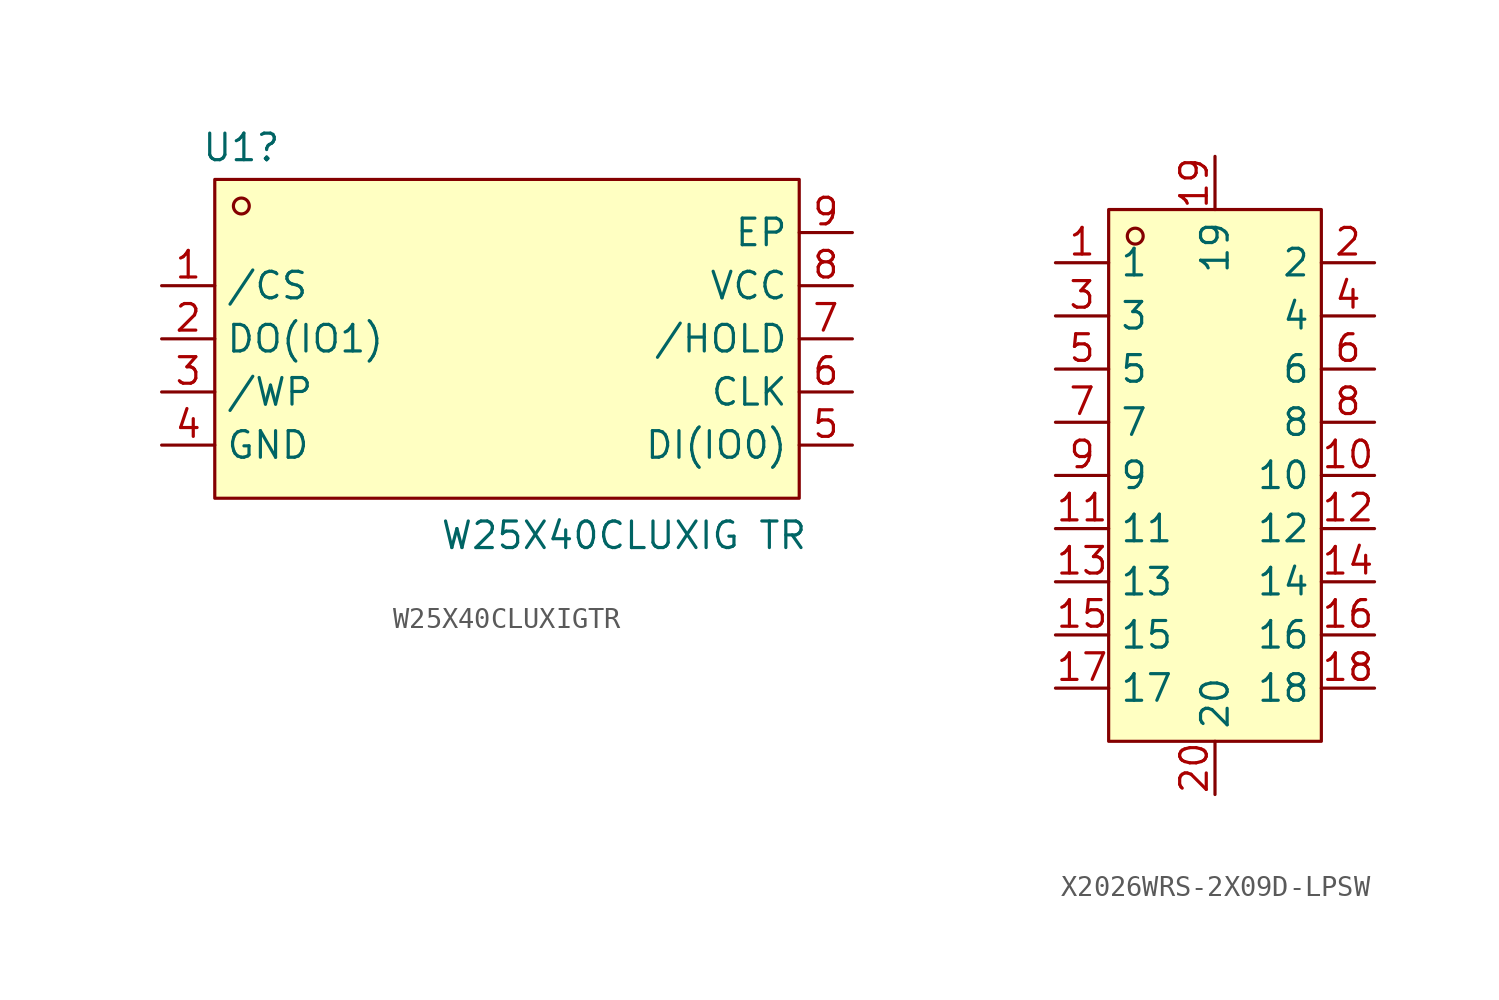
<source format=kicad_sym>
(kicad_symbol_lib
  (version 20231120)
  (generator "kicad_symbol_editor")
  (generator_version "8.0")
  (symbol "W25X40CLUXIGTR"
    (property "Reference" "U1"
      (at -12.7 10.414 0)
      (effects (font (size 1.27 1.27))))
    (property "Value" "W25X40CLUXIG TR"
      (at 5.588 -8.128 0)
      (effects (font (size 1.27 1.27))))
    (symbol "W25X40CLUXIGTR_0_1"
      (rectangle (start -13.97 8.89) (end 13.97 -6.35) (stroke (width 0) (type default)) (fill (type background)))
      (circle (center -12.7 7.62) (radius 0.38) (stroke (width 0) (type default)) (fill (type none)))
      (pin unspecified line (at -16.51 3.81 0) (length 2.54) (name "/CS" (effects (font (size 1.27 1.27)))) (number "1" (effects (font (size 1.27 1.27)))))
      (pin unspecified line (at -16.51 1.27 0) (length 2.54) (name "DO(IO1)" (effects (font (size 1.27 1.27)))) (number "2" (effects (font (size 1.27 1.27)))))
      (pin unspecified line (at -16.51 -1.27 0) (length 2.54) (name "/WP" (effects (font (size 1.27 1.27)))) (number "3" (effects (font (size 1.27 1.27)))))
      (pin unspecified line (at -16.51 -3.81 0) (length 2.54) (name "GND" (effects (font (size 1.27 1.27)))) (number "4" (effects (font (size 1.27 1.27)))))
      (pin unspecified line (at 16.51 -3.81 180) (length 2.54) (name "DI(IO0)" (effects (font (size 1.27 1.27)))) (number "5" (effects (font (size 1.27 1.27)))))
      (pin unspecified line (at 16.51 -1.27 180) (length 2.54) (name "CLK" (effects (font (size 1.27 1.27)))) (number "6" (effects (font (size 1.27 1.27)))))
      (pin unspecified line (at 16.51 1.27 180) (length 2.54) (name "/HOLD" (effects (font (size 1.27 1.27)))) (number "7" (effects (font (size 1.27 1.27)))))
      (pin unspecified line (at 16.51 3.81 180) (length 2.54) (name "VCC" (effects (font (size 1.27 1.27)))) (number "8" (effects (font (size 1.27 1.27)))))
      (pin unspecified line (at 16.51 6.35 180) (length 2.54) (name "EP" (effects (font (size 1.27 1.27)))) (number "9" (effects (font (size 1.27 1.27)))))))
  (symbol "X2026WRS-2X09D-LPSW"
    (property "Reference" "CN2"
      (at 1.956 16.129 0)
      (effects (font (size 1.27 1.27)) (justify left) (hide yes)))
    (symbol "X2026WRS-2X09D-LPSW_0_1"
      (rectangle (start -5.08 12.7) (end 5.08 -12.7) (stroke (width 0) (type default)) (fill (type background)))
      (circle (center -3.81 11.43) (radius 0.38) (stroke (width 0) (type default)) (fill (type none)))
      (pin unspecified line (at -7.62 10.16 0) (length 2.54) (name "1" (effects (font (size 1.27 1.27)))) (number "1" (effects (font (size 1.27 1.27)))))
      (pin unspecified line (at 7.62 0 180) (length 2.54) (name "10" (effects (font (size 1.27 1.27)))) (number "10" (effects (font (size 1.27 1.27)))))
      (pin unspecified line (at -7.62 -2.54 0) (length 2.54) (name "11" (effects (font (size 1.27 1.27)))) (number "11" (effects (font (size 1.27 1.27)))))
      (pin unspecified line (at 7.62 -2.54 180) (length 2.54) (name "12" (effects (font (size 1.27 1.27)))) (number "12" (effects (font (size 1.27 1.27)))))
      (pin unspecified line (at -7.62 -5.08 0) (length 2.54) (name "13" (effects (font (size 1.27 1.27)))) (number "13" (effects (font (size 1.27 1.27)))))
      (pin unspecified line (at 7.62 -5.08 180) (length 2.54) (name "14" (effects (font (size 1.27 1.27)))) (number "14" (effects (font (size 1.27 1.27)))))
      (pin unspecified line (at -7.62 -7.62 0) (length 2.54) (name "15" (effects (font (size 1.27 1.27)))) (number "15" (effects (font (size 1.27 1.27)))))
      (pin unspecified line (at 7.62 -7.62 180) (length 2.54) (name "16" (effects (font (size 1.27 1.27)))) (number "16" (effects (font (size 1.27 1.27)))))
      (pin unspecified line (at -7.62 -10.16 0) (length 2.54) (name "17" (effects (font (size 1.27 1.27)))) (number "17" (effects (font (size 1.27 1.27)))))
      (pin unspecified line (at 7.62 -10.16 180) (length 2.54) (name "18" (effects (font (size 1.27 1.27)))) (number "18" (effects (font (size 1.27 1.27)))))
      (pin unspecified line (at 0 15.24 270) (length 2.54) (name "19" (effects (font (size 1.27 1.27)))) (number "19" (effects (font (size 1.27 1.27)))))
      (pin unspecified line (at 7.62 10.16 180) (length 2.54) (name "2" (effects (font (size 1.27 1.27)))) (number "2" (effects (font (size 1.27 1.27)))))
      (pin unspecified line (at 0 -15.24 90) (length 2.54) (name "20" (effects (font (size 1.27 1.27)))) (number "20" (effects (font (size 1.27 1.27)))))
      (pin unspecified line (at -7.62 7.62 0) (length 2.54) (name "3" (effects (font (size 1.27 1.27)))) (number "3" (effects (font (size 1.27 1.27)))))
      (pin unspecified line (at 7.62 7.62 180) (length 2.54) (name "4" (effects (font (size 1.27 1.27)))) (number "4" (effects (font (size 1.27 1.27)))))
      (pin unspecified line (at -7.62 5.08 0) (length 2.54) (name "5" (effects (font (size 1.27 1.27)))) (number "5" (effects (font (size 1.27 1.27)))))
      (pin unspecified line (at 7.62 5.08 180) (length 2.54) (name "6" (effects (font (size 1.27 1.27)))) (number "6" (effects (font (size 1.27 1.27)))))
      (pin unspecified line (at -7.62 2.54 0) (length 2.54) (name "7" (effects (font (size 1.27 1.27)))) (number "7" (effects (font (size 1.27 1.27)))))
      (pin unspecified line (at 7.62 2.54 180) (length 2.54) (name "8" (effects (font (size 1.27 1.27)))) (number "8" (effects (font (size 1.27 1.27)))))
      (pin unspecified line (at -7.62 0 0) (length 2.54) (name "9" (effects (font (size 1.27 1.27)))) (number "9" (effects (font (size 1.27 1.27))))))))
</source>
